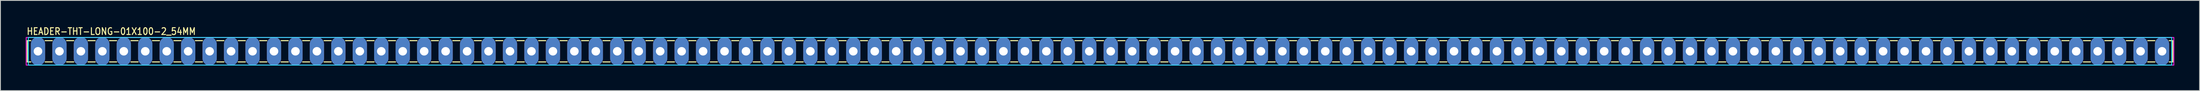
<source format=kicad_pcb>
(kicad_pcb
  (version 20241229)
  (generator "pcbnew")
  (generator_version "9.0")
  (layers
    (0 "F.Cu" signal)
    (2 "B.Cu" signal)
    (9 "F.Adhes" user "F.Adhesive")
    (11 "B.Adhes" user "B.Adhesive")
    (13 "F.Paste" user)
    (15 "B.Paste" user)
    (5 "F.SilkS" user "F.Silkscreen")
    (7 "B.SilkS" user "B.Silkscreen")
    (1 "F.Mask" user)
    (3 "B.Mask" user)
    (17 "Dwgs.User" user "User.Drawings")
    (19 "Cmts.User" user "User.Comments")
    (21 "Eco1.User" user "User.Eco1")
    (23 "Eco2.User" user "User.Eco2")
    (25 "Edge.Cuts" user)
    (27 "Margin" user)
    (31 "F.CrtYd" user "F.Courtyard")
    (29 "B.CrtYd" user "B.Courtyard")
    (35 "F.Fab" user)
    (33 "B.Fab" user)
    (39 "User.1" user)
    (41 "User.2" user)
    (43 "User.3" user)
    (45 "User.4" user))
  (footprint "HEADER-THT-LONG-01X100-2_54MM"
    (layer "F.Cu")
    (at 1.447 3.079)
    (property "Reference" "HEADER-THT-LONG-01X100-2_54MM" (at -1.4 -1.9 0) (unlocked yes) (layer "F.SilkS") (effects (font (size 0.813 0.695) (thickness 0.122)) (justify left bottom)))
    (fp_line (start -1.27 -1.27) (end -1.27 1.27) (stroke (width 0.127) (type solid)) (layer "F.SilkS"))
    (fp_line (start -1.27 1.27) (end -0.85 1.27) (stroke (width 0.127) (type solid)) (layer "F.SilkS"))
    (fp_line (start -0.85 -1.27) (end -1.27 -1.27) (stroke (width 0.127) (type solid)) (layer "F.SilkS"))
    (fp_line (start 0.85 -1.27) (end 1.69 -1.27) (stroke (width 0.127) (type solid)) (layer "F.SilkS"))
    (fp_line (start 0.85 1.27) (end 1.69 1.27) (stroke (width 0.127) (type solid)) (layer "F.SilkS"))
    (fp_line (start 3.39 -1.27) (end 4.23 -1.27) (stroke (width 0.127) (type solid)) (layer "F.SilkS"))
    (fp_line (start 3.39 1.27) (end 4.23 1.27) (stroke (width 0.127) (type solid)) (layer "F.SilkS"))
    (fp_line (start 5.93 -1.27) (end 6.77 -1.27) (stroke (width 0.127) (type solid)) (layer "F.SilkS"))
    (fp_line (start 5.93 1.27) (end 6.77 1.27) (stroke (width 0.127) (type solid)) (layer "F.SilkS"))
    (fp_line (start 8.47 -1.27) (end 9.31 -1.27) (stroke (width 0.127) (type solid)) (layer "F.SilkS"))
    (fp_line (start 8.47 1.27) (end 9.31 1.27) (stroke (width 0.127) (type solid)) (layer "F.SilkS"))
    (fp_line (start 11.01 -1.27) (end 11.85 -1.27) (stroke (width 0.127) (type solid)) (layer "F.SilkS"))
    (fp_line (start 11.01 1.27) (end 11.85 1.27) (stroke (width 0.127) (type solid)) (layer "F.SilkS"))
    (fp_line (start 13.55 -1.27) (end 14.39 -1.27) (stroke (width 0.127) (type solid)) (layer "F.SilkS"))
    (fp_line (start 13.55 1.27) (end 14.39 1.27) (stroke (width 0.127) (type solid)) (layer "F.SilkS"))
    (fp_line (start 16.09 -1.27) (end 16.93 -1.27) (stroke (width 0.127) (type solid)) (layer "F.SilkS"))
    (fp_line (start 16.09 1.27) (end 16.93 1.27) (stroke (width 0.127) (type solid)) (layer "F.SilkS"))
    (fp_line (start 18.63 -1.27) (end 19.47 -1.27) (stroke (width 0.127) (type solid)) (layer "F.SilkS"))
    (fp_line (start 18.63 1.27) (end 19.47 1.27) (stroke (width 0.127) (type solid)) (layer "F.SilkS"))
    (fp_line (start 21.17 -1.27) (end 22.01 -1.27) (stroke (width 0.127) (type solid)) (layer "F.SilkS"))
    (fp_line (start 21.17 1.27) (end 22.01 1.27) (stroke (width 0.127) (type solid)) (layer "F.SilkS"))
    (fp_line (start 23.71 -1.27) (end 24.55 -1.27) (stroke (width 0.127) (type solid)) (layer "F.SilkS"))
    (fp_line (start 23.71 1.27) (end 24.55 1.27) (stroke (width 0.127) (type solid)) (layer "F.SilkS"))
    (fp_line (start 26.25 -1.27) (end 27.09 -1.27) (stroke (width 0.127) (type solid)) (layer "F.SilkS"))
    (fp_line (start 26.25 1.27) (end 27.09 1.27) (stroke (width 0.127) (type solid)) (layer "F.SilkS"))
    (fp_line (start 28.79 -1.27) (end 29.63 -1.27) (stroke (width 0.127) (type solid)) (layer "F.SilkS"))
    (fp_line (start 28.79 1.27) (end 29.63 1.27) (stroke (width 0.127) (type solid)) (layer "F.SilkS"))
    (fp_line (start 31.33 -1.27) (end 32.17 -1.27) (stroke (width 0.127) (type solid)) (layer "F.SilkS"))
    (fp_line (start 31.33 1.27) (end 32.17 1.27) (stroke (width 0.127) (type solid)) (layer "F.SilkS"))
    (fp_line (start 33.87 -1.27) (end 34.71 -1.27) (stroke (width 0.127) (type solid)) (layer "F.SilkS"))
    (fp_line (start 33.87 1.27) (end 34.71 1.27) (stroke (width 0.127) (type solid)) (layer "F.SilkS"))
    (fp_line (start 36.41 -1.27) (end 37.25 -1.27) (stroke (width 0.127) (type solid)) (layer "F.SilkS"))
    (fp_line (start 36.41 1.27) (end 37.25 1.27) (stroke (width 0.127) (type solid)) (layer "F.SilkS"))
    (fp_line (start 38.95 -1.27) (end 39.79 -1.27) (stroke (width 0.127) (type solid)) (layer "F.SilkS"))
    (fp_line (start 38.95 1.27) (end 39.79 1.27) (stroke (width 0.127) (type solid)) (layer "F.SilkS"))
    (fp_line (start 41.49 -1.27) (end 42.33 -1.27) (stroke (width 0.127) (type solid)) (layer "F.SilkS"))
    (fp_line (start 41.49 1.27) (end 42.33 1.27) (stroke (width 0.127) (type solid)) (layer "F.SilkS"))
    (fp_line (start 44.03 -1.27) (end 44.87 -1.27) (stroke (width 0.127) (type solid)) (layer "F.SilkS"))
    (fp_line (start 44.03 1.27) (end 44.87 1.27) (stroke (width 0.127) (type solid)) (layer "F.SilkS"))
    (fp_line (start 46.57 -1.27) (end 47.41 -1.27) (stroke (width 0.127) (type solid)) (layer "F.SilkS"))
    (fp_line (start 46.57 1.27) (end 47.41 1.27) (stroke (width 0.127) (type solid)) (layer "F.SilkS"))
    (fp_line (start 49.11 -1.27) (end 49.95 -1.27) (stroke (width 0.127) (type solid)) (layer "F.SilkS"))
    (fp_line (start 49.11 1.27) (end 49.95 1.27) (stroke (width 0.127) (type solid)) (layer "F.SilkS"))
    (fp_line (start 51.65 -1.27) (end 52.49 -1.27) (stroke (width 0.127) (type solid)) (layer "F.SilkS"))
    (fp_line (start 51.65 1.27) (end 52.49 1.27) (stroke (width 0.127) (type solid)) (layer "F.SilkS"))
    (fp_line (start 54.19 -1.27) (end 55.03 -1.27) (stroke (width 0.127) (type solid)) (layer "F.SilkS"))
    (fp_line (start 54.19 1.27) (end 55.03 1.27) (stroke (width 0.127) (type solid)) (layer "F.SilkS"))
    (fp_line (start 56.73 -1.27) (end 57.57 -1.27) (stroke (width 0.127) (type solid)) (layer "F.SilkS"))
    (fp_line (start 56.73 1.27) (end 57.57 1.27) (stroke (width 0.127) (type solid)) (layer "F.SilkS"))
    (fp_line (start 59.27 -1.27) (end 60.11 -1.27) (stroke (width 0.127) (type solid)) (layer "F.SilkS"))
    (fp_line (start 59.27 1.27) (end 60.11 1.27) (stroke (width 0.127) (type solid)) (layer "F.SilkS"))
    (fp_line (start 61.81 -1.27) (end 62.65 -1.27) (stroke (width 0.127) (type solid)) (layer "F.SilkS"))
    (fp_line (start 61.81 1.27) (end 62.65 1.27) (stroke (width 0.127) (type solid)) (layer "F.SilkS"))
    (fp_line (start 64.35 -1.27) (end 65.19 -1.27) (stroke (width 0.127) (type solid)) (layer "F.SilkS"))
    (fp_line (start 64.35 1.27) (end 65.19 1.27) (stroke (width 0.127) (type solid)) (layer "F.SilkS"))
    (fp_line (start 66.89 -1.27) (end 67.73 -1.27) (stroke (width 0.127) (type solid)) (layer "F.SilkS"))
    (fp_line (start 66.89 1.27) (end 67.73 1.27) (stroke (width 0.127) (type solid)) (layer "F.SilkS"))
    (fp_line (start 69.43 -1.27) (end 70.27 -1.27) (stroke (width 0.127) (type solid)) (layer "F.SilkS"))
    (fp_line (start 69.43 1.27) (end 70.27 1.27) (stroke (width 0.127) (type solid)) (layer "F.SilkS"))
    (fp_line (start 71.97 -1.27) (end 72.81 -1.27) (stroke (width 0.127) (type solid)) (layer "F.SilkS"))
    (fp_line (start 71.97 1.27) (end 72.81 1.27) (stroke (width 0.127) (type solid)) (layer "F.SilkS"))
    (fp_line (start 74.51 -1.27) (end 75.35 -1.27) (stroke (width 0.127) (type solid)) (layer "F.SilkS"))
    (fp_line (start 74.51 1.27) (end 75.35 1.27) (stroke (width 0.127) (type solid)) (layer "F.SilkS"))
    (fp_line (start 77.05 -1.27) (end 77.89 -1.27) (stroke (width 0.127) (type solid)) (layer "F.SilkS"))
    (fp_line (start 77.05 1.27) (end 77.89 1.27) (stroke (width 0.127) (type solid)) (layer "F.SilkS"))
    (fp_line (start 79.59 -1.27) (end 80.43 -1.27) (stroke (width 0.127) (type solid)) (layer "F.SilkS"))
    (fp_line (start 79.59 1.27) (end 80.43 1.27) (stroke (width 0.127) (type solid)) (layer "F.SilkS"))
    (fp_line (start 82.13 -1.27) (end 82.97 -1.27) (stroke (width 0.127) (type solid)) (layer "F.SilkS"))
    (fp_line (start 82.13 1.27) (end 82.97 1.27) (stroke (width 0.127) (type solid)) (layer "F.SilkS"))
    (fp_line (start 84.67 -1.27) (end 85.51 -1.27) (stroke (width 0.127) (type solid)) (layer "F.SilkS"))
    (fp_line (start 84.67 1.27) (end 85.51 1.27) (stroke (width 0.127) (type solid)) (layer "F.SilkS"))
    (fp_line (start 87.21 -1.27) (end 88.05 -1.27) (stroke (width 0.127) (type solid)) (layer "F.SilkS"))
    (fp_line (start 87.21 1.27) (end 88.05 1.27) (stroke (width 0.127) (type solid)) (layer "F.SilkS"))
    (fp_line (start 89.75 -1.27) (end 90.59 -1.27) (stroke (width 0.127) (type solid)) (layer "F.SilkS"))
    (fp_line (start 89.75 1.27) (end 90.59 1.27) (stroke (width 0.127) (type solid)) (layer "F.SilkS"))
    (fp_line (start 92.29 -1.27) (end 93.13 -1.27) (stroke (width 0.127) (type solid)) (layer "F.SilkS"))
    (fp_line (start 92.29 1.27) (end 93.13 1.27) (stroke (width 0.127) (type solid)) (layer "F.SilkS"))
    (fp_line (start 94.83 -1.27) (end 95.67 -1.27) (stroke (width 0.127) (type solid)) (layer "F.SilkS"))
    (fp_line (start 94.83 1.27) (end 95.67 1.27) (stroke (width 0.127) (type solid)) (layer "F.SilkS"))
    (fp_line (start 97.37 -1.27) (end 98.21 -1.27) (stroke (width 0.127) (type solid)) (layer "F.SilkS"))
    (fp_line (start 97.37 1.27) (end 98.21 1.27) (stroke (width 0.127) (type solid)) (layer "F.SilkS"))
    (fp_line (start 99.91 -1.27) (end 100.75 -1.27) (stroke (width 0.127) (type solid)) (layer "F.SilkS"))
    (fp_line (start 99.91 1.27) (end 100.75 1.27) (stroke (width 0.127) (type solid)) (layer "F.SilkS"))
    (fp_line (start 102.45 -1.27) (end 103.29 -1.27) (stroke (width 0.127) (type solid)) (layer "F.SilkS"))
    (fp_line (start 102.45 1.27) (end 103.29 1.27) (stroke (width 0.127) (type solid)) (layer "F.SilkS"))
    (fp_line (start 104.99 -1.27) (end 105.83 -1.27) (stroke (width 0.127) (type solid)) (layer "F.SilkS"))
    (fp_line (start 104.99 1.27) (end 105.83 1.27) (stroke (width 0.127) (type solid)) (layer "F.SilkS"))
    (fp_line (start 107.53 -1.27) (end 108.37 -1.27) (stroke (width 0.127) (type solid)) (layer "F.SilkS"))
    (fp_line (start 107.53 1.27) (end 108.37 1.27) (stroke (width 0.127) (type solid)) (layer "F.SilkS"))
    (fp_line (start 110.07 -1.27) (end 110.91 -1.27) (stroke (width 0.127) (type solid)) (layer "F.SilkS"))
    (fp_line (start 110.07 1.27) (end 110.91 1.27) (stroke (width 0.127) (type solid)) (layer "F.SilkS"))
    (fp_line (start 112.61 -1.27) (end 113.45 -1.27) (stroke (width 0.127) (type solid)) (layer "F.SilkS"))
    (fp_line (start 112.61 1.27) (end 113.45 1.27) (stroke (width 0.127) (type solid)) (layer "F.SilkS"))
    (fp_line (start 115.15 -1.27) (end 115.99 -1.27) (stroke (width 0.127) (type solid)) (layer "F.SilkS"))
    (fp_line (start 115.15 1.27) (end 115.99 1.27) (stroke (width 0.127) (type solid)) (layer "F.SilkS"))
    (fp_line (start 117.69 -1.27) (end 118.53 -1.27) (stroke (width 0.127) (type solid)) (layer "F.SilkS"))
    (fp_line (start 117.69 1.27) (end 118.53 1.27) (stroke (width 0.127) (type solid)) (layer "F.SilkS"))
    (fp_line (start 120.23 -1.27) (end 121.07 -1.27) (stroke (width 0.127) (type solid)) (layer "F.SilkS"))
    (fp_line (start 120.23 1.27) (end 121.07 1.27) (stroke (width 0.127) (type solid)) (layer "F.SilkS"))
    (fp_line (start 122.77 -1.27) (end 123.61 -1.27) (stroke (width 0.127) (type solid)) (layer "F.SilkS"))
    (fp_line (start 122.77 1.27) (end 123.61 1.27) (stroke (width 0.127) (type solid)) (layer "F.SilkS"))
    (fp_line (start 125.31 -1.27) (end 126.15 -1.27) (stroke (width 0.127) (type solid)) (layer "F.SilkS"))
    (fp_line (start 125.31 1.27) (end 126.15 1.27) (stroke (width 0.127) (type solid)) (layer "F.SilkS"))
    (fp_line (start 127.85 -1.27) (end 128.69 -1.27) (stroke (width 0.127) (type solid)) (layer "F.SilkS"))
    (fp_line (start 127.85 1.27) (end 128.69 1.27) (stroke (width 0.127) (type solid)) (layer "F.SilkS"))
    (fp_line (start 130.39 -1.27) (end 131.23 -1.27) (stroke (width 0.127) (type solid)) (layer "F.SilkS"))
    (fp_line (start 130.39 1.27) (end 131.23 1.27) (stroke (width 0.127) (type solid)) (layer "F.SilkS"))
    (fp_line (start 132.93 -1.27) (end 133.77 -1.27) (stroke (width 0.127) (type solid)) (layer "F.SilkS"))
    (fp_line (start 132.93 1.27) (end 133.77 1.27) (stroke (width 0.127) (type solid)) (layer "F.SilkS"))
    (fp_line (start 135.47 -1.27) (end 136.31 -1.27) (stroke (width 0.127) (type solid)) (layer "F.SilkS"))
    (fp_line (start 135.47 1.27) (end 136.31 1.27) (stroke (width 0.127) (type solid)) (layer "F.SilkS"))
    (fp_line (start 138.01 -1.27) (end 138.85 -1.27) (stroke (width 0.127) (type solid)) (layer "F.SilkS"))
    (fp_line (start 138.01 1.27) (end 138.85 1.27) (stroke (width 0.127) (type solid)) (layer "F.SilkS"))
    (fp_line (start 140.55 -1.27) (end 141.39 -1.27) (stroke (width 0.127) (type solid)) (layer "F.SilkS"))
    (fp_line (start 140.55 1.27) (end 141.39 1.27) (stroke (width 0.127) (type solid)) (layer "F.SilkS"))
    (fp_line (start 143.09 -1.27) (end 143.93 -1.27) (stroke (width 0.127) (type solid)) (layer "F.SilkS"))
    (fp_line (start 143.09 1.27) (end 143.93 1.27) (stroke (width 0.127) (type solid)) (layer "F.SilkS"))
    (fp_line (start 145.63 -1.27) (end 146.47 -1.27) (stroke (width 0.127) (type solid)) (layer "F.SilkS"))
    (fp_line (start 145.63 1.27) (end 146.47 1.27) (stroke (width 0.127) (type solid)) (layer "F.SilkS"))
    (fp_line (start 148.17 -1.27) (end 149.01 -1.27) (stroke (width 0.127) (type solid)) (layer "F.SilkS"))
    (fp_line (start 148.17 1.27) (end 149.01 1.27) (stroke (width 0.127) (type solid)) (layer "F.SilkS"))
    (fp_line (start 150.71 -1.27) (end 151.55 -1.27) (stroke (width 0.127) (type solid)) (layer "F.SilkS"))
    (fp_line (start 150.71 1.27) (end 151.55 1.27) (stroke (width 0.127) (type solid)) (layer "F.SilkS"))
    (fp_line (start 153.25 -1.27) (end 154.09 -1.27) (stroke (width 0.127) (type solid)) (layer "F.SilkS"))
    (fp_line (start 153.25 1.27) (end 154.09 1.27) (stroke (width 0.127) (type solid)) (layer "F.SilkS"))
    (fp_line (start 155.79 -1.27) (end 156.63 -1.27) (stroke (width 0.127) (type solid)) (layer "F.SilkS"))
    (fp_line (start 155.79 1.27) (end 156.63 1.27) (stroke (width 0.127) (type solid)) (layer "F.SilkS"))
    (fp_line (start 158.33 -1.27) (end 159.17 -1.27) (stroke (width 0.127) (type solid)) (layer "F.SilkS"))
    (fp_line (start 158.33 1.27) (end 159.17 1.27) (stroke (width 0.127) (type solid)) (layer "F.SilkS"))
    (fp_line (start 160.87 -1.27) (end 161.71 -1.27) (stroke (width 0.127) (type solid)) (layer "F.SilkS"))
    (fp_line (start 160.87 1.27) (end 161.71 1.27) (stroke (width 0.127) (type solid)) (layer "F.SilkS"))
    (fp_line (start 163.41 -1.27) (end 164.25 -1.27) (stroke (width 0.127) (type solid)) (layer "F.SilkS"))
    (fp_line (start 163.41 1.27) (end 164.25 1.27) (stroke (width 0.127) (type solid)) (layer "F.SilkS"))
    (fp_line (start 165.95 -1.27) (end 166.79 -1.27) (stroke (width 0.127) (type solid)) (layer "F.SilkS"))
    (fp_line (start 165.95 1.27) (end 166.79 1.27) (stroke (width 0.127) (type solid)) (layer "F.SilkS"))
    (fp_line (start 168.49 -1.27) (end 169.33 -1.27) (stroke (width 0.127) (type solid)) (layer "F.SilkS"))
    (fp_line (start 168.49 1.27) (end 169.33 1.27) (stroke (width 0.127) (type solid)) (layer "F.SilkS"))
    (fp_line (start 171.03 -1.27) (end 171.87 -1.27) (stroke (width 0.127) (type solid)) (layer "F.SilkS"))
    (fp_line (start 171.03 1.27) (end 171.87 1.27) (stroke (width 0.127) (type solid)) (layer "F.SilkS"))
    (fp_line (start 173.57 -1.27) (end 174.41 -1.27) (stroke (width 0.127) (type solid)) (layer "F.SilkS"))
    (fp_line (start 173.57 1.27) (end 174.41 1.27) (stroke (width 0.127) (type solid)) (layer "F.SilkS"))
    (fp_line (start 176.11 -1.27) (end 176.95 -1.27) (stroke (width 0.127) (type solid)) (layer "F.SilkS"))
    (fp_line (start 176.11 1.27) (end 176.95 1.27) (stroke (width 0.127) (type solid)) (layer "F.SilkS"))
    (fp_line (start 178.65 -1.27) (end 179.49 -1.27) (stroke (width 0.127) (type solid)) (layer "F.SilkS"))
    (fp_line (start 178.65 1.27) (end 179.49 1.27) (stroke (width 0.127) (type solid)) (layer "F.SilkS"))
    (fp_line (start 181.19 -1.27) (end 182.03 -1.27) (stroke (width 0.127) (type solid)) (layer "F.SilkS"))
    (fp_line (start 181.19 1.27) (end 182.03 1.27) (stroke (width 0.127) (type solid)) (layer "F.SilkS"))
    (fp_line (start 183.73 -1.27) (end 184.57 -1.27) (stroke (width 0.127) (type solid)) (layer "F.SilkS"))
    (fp_line (start 183.73 1.27) (end 184.57 1.27) (stroke (width 0.127) (type solid)) (layer "F.SilkS"))
    (fp_line (start 186.27 -1.27) (end 187.11 -1.27) (stroke (width 0.127) (type solid)) (layer "F.SilkS"))
    (fp_line (start 186.27 1.27) (end 187.11 1.27) (stroke (width 0.127) (type solid)) (layer "F.SilkS"))
    (fp_line (start 188.81 -1.27) (end 189.65 -1.27) (stroke (width 0.127) (type solid)) (layer "F.SilkS"))
    (fp_line (start 188.81 1.27) (end 189.65 1.27) (stroke (width 0.127) (type solid)) (layer "F.SilkS"))
    (fp_line (start 191.35 -1.27) (end 192.19 -1.27) (stroke (width 0.127) (type solid)) (layer "F.SilkS"))
    (fp_line (start 191.35 1.27) (end 192.19 1.27) (stroke (width 0.127) (type solid)) (layer "F.SilkS"))
    (fp_line (start 193.89 -1.27) (end 194.73 -1.27) (stroke (width 0.127) (type solid)) (layer "F.SilkS"))
    (fp_line (start 193.89 1.27) (end 194.73 1.27) (stroke (width 0.127) (type solid)) (layer "F.SilkS"))
    (fp_line (start 196.43 -1.27) (end 197.27 -1.27) (stroke (width 0.127) (type solid)) (layer "F.SilkS"))
    (fp_line (start 196.43 1.27) (end 197.27 1.27) (stroke (width 0.127) (type solid)) (layer "F.SilkS"))
    (fp_line (start 198.97 -1.27) (end 199.81 -1.27) (stroke (width 0.127) (type solid)) (layer "F.SilkS"))
    (fp_line (start 198.97 1.27) (end 199.81 1.27) (stroke (width 0.127) (type solid)) (layer "F.SilkS"))
    (fp_line (start 201.51 -1.27) (end 202.35 -1.27) (stroke (width 0.127) (type solid)) (layer "F.SilkS"))
    (fp_line (start 201.51 1.27) (end 202.35 1.27) (stroke (width 0.127) (type solid)) (layer "F.SilkS"))
    (fp_line (start 204.05 -1.27) (end 204.89 -1.27) (stroke (width 0.127) (type solid)) (layer "F.SilkS"))
    (fp_line (start 204.05 1.27) (end 204.89 1.27) (stroke (width 0.127) (type solid)) (layer "F.SilkS"))
    (fp_line (start 206.59 -1.27) (end 207.43 -1.27) (stroke (width 0.127) (type solid)) (layer "F.SilkS"))
    (fp_line (start 206.59 1.27) (end 207.43 1.27) (stroke (width 0.127) (type solid)) (layer "F.SilkS"))
    (fp_line (start 209.13 -1.27) (end 209.97 -1.27) (stroke (width 0.127) (type solid)) (layer "F.SilkS"))
    (fp_line (start 209.13 1.27) (end 209.97 1.27) (stroke (width 0.127) (type solid)) (layer "F.SilkS"))
    (fp_line (start 211.67 -1.27) (end 212.51 -1.27) (stroke (width 0.127) (type solid)) (layer "F.SilkS"))
    (fp_line (start 211.67 1.27) (end 212.51 1.27) (stroke (width 0.127) (type solid)) (layer "F.SilkS"))
    (fp_line (start 214.21 -1.27) (end 215.05 -1.27) (stroke (width 0.127) (type solid)) (layer "F.SilkS"))
    (fp_line (start 214.21 1.27) (end 215.05 1.27) (stroke (width 0.127) (type solid)) (layer "F.SilkS"))
    (fp_line (start 216.75 -1.27) (end 217.59 -1.27) (stroke (width 0.127) (type solid)) (layer "F.SilkS"))
    (fp_line (start 216.75 1.27) (end 217.59 1.27) (stroke (width 0.127) (type solid)) (layer "F.SilkS"))
    (fp_line (start 219.29 -1.27) (end 220.13 -1.27) (stroke (width 0.127) (type solid)) (layer "F.SilkS"))
    (fp_line (start 219.29 1.27) (end 220.13 1.27) (stroke (width 0.127) (type solid)) (layer "F.SilkS"))
    (fp_line (start 221.83 -1.27) (end 222.67 -1.27) (stroke (width 0.127) (type solid)) (layer "F.SilkS"))
    (fp_line (start 221.83 1.27) (end 222.67 1.27) (stroke (width 0.127) (type solid)) (layer "F.SilkS"))
    (fp_line (start 224.37 -1.27) (end 225.21 -1.27) (stroke (width 0.127) (type solid)) (layer "F.SilkS"))
    (fp_line (start 224.37 1.27) (end 225.21 1.27) (stroke (width 0.127) (type solid)) (layer "F.SilkS"))
    (fp_line (start 226.91 -1.27) (end 227.75 -1.27) (stroke (width 0.127) (type solid)) (layer "F.SilkS"))
    (fp_line (start 226.91 1.27) (end 227.75 1.27) (stroke (width 0.127) (type solid)) (layer "F.SilkS"))
    (fp_line (start 229.45 -1.27) (end 230.29 -1.27) (stroke (width 0.127) (type solid)) (layer "F.SilkS"))
    (fp_line (start 229.45 1.27) (end 230.29 1.27) (stroke (width 0.127) (type solid)) (layer "F.SilkS"))
    (fp_line (start 231.99 -1.27) (end 232.83 -1.27) (stroke (width 0.127) (type solid)) (layer "F.SilkS"))
    (fp_line (start 231.99 1.27) (end 232.83 1.27) (stroke (width 0.127) (type solid)) (layer "F.SilkS"))
    (fp_line (start 234.53 -1.27) (end 235.37 -1.27) (stroke (width 0.127) (type solid)) (layer "F.SilkS"))
    (fp_line (start 234.53 1.27) (end 235.37 1.27) (stroke (width 0.127) (type solid)) (layer "F.SilkS"))
    (fp_line (start 237.07 -1.27) (end 237.91 -1.27) (stroke (width 0.127) (type solid)) (layer "F.SilkS"))
    (fp_line (start 237.07 1.27) (end 237.91 1.27) (stroke (width 0.127) (type solid)) (layer "F.SilkS"))
    (fp_line (start 239.61 -1.27) (end 240.45 -1.27) (stroke (width 0.127) (type solid)) (layer "F.SilkS"))
    (fp_line (start 239.61 1.27) (end 240.45 1.27) (stroke (width 0.127) (type solid)) (layer "F.SilkS"))
    (fp_line (start 242.15 -1.27) (end 242.99 -1.27) (stroke (width 0.127) (type solid)) (layer "F.SilkS"))
    (fp_line (start 242.15 1.27) (end 242.99 1.27) (stroke (width 0.127) (type solid)) (layer "F.SilkS"))
    (fp_line (start 244.69 -1.27) (end 245.53 -1.27) (stroke (width 0.127) (type solid)) (layer "F.SilkS"))
    (fp_line (start 244.69 1.27) (end 245.53 1.27) (stroke (width 0.127) (type solid)) (layer "F.SilkS"))
    (fp_line (start 247.23 -1.27) (end 248.07 -1.27) (stroke (width 0.127) (type solid)) (layer "F.SilkS"))
    (fp_line (start 247.23 1.27) (end 248.07 1.27) (stroke (width 0.127) (type solid)) (layer "F.SilkS"))
    (fp_line (start 249.77 -1.27) (end 250.61 -1.27) (stroke (width 0.127) (type solid)) (layer "F.SilkS"))
    (fp_line (start 249.77 1.27) (end 250.61 1.27) (stroke (width 0.127) (type solid)) (layer "F.SilkS"))
    (fp_line (start 252.31 -1.27) (end 252.73 -1.27) (stroke (width 0.127) (type solid)) (layer "F.SilkS"))
    (fp_line (start 252.73 -1.27) (end 252.73 1.27) (stroke (width 0.127) (type solid)) (layer "F.SilkS"))
    (fp_line (start 252.73 1.27) (end 252.31 1.27) (stroke (width 0.127) (type solid)) (layer "F.SilkS"))
    (fp_poly (pts (xy -1.143 -1.651) (xy 252.603 -1.651) (xy 252.603 1.651) (xy -1.143 1.651)) (stroke (width 0.1) (type solid)) (fill no) (layer "B.CrtYd"))
    (fp_poly (pts (xy -1.397 -1.651) (xy 252.857 -1.651) (xy 252.857 1.651) (xy -1.397 1.651)) (stroke (width 0.1) (type solid)) (fill no) (layer "F.CrtYd"))
    (pad "1" thru_hole oval (at 0 0 90) (size 3.387 1.693) (drill 1.016) (layers "*.Cu" "*.Mask"))
    (pad "2" thru_hole oval (at 2.54 0 90) (size 3.387 1.693) (drill 1.016) (layers "*.Cu" "*.Mask"))
    (pad "3" thru_hole oval (at 5.08 0 90) (size 3.387 1.693) (drill 1.016) (layers "*.Cu" "*.Mask"))
    (pad "4" thru_hole oval (at 7.62 0 90) (size 3.387 1.693) (drill 1.016) (layers "*.Cu" "*.Mask"))
    (pad "5" thru_hole oval (at 10.16 0 90) (size 3.387 1.693) (drill 1.016) (layers "*.Cu" "*.Mask"))
    (pad "6" thru_hole oval (at 12.7 0 90) (size 3.387 1.693) (drill 1.016) (layers "*.Cu" "*.Mask"))
    (pad "7" thru_hole oval (at 15.24 0 90) (size 3.387 1.693) (drill 1.016) (layers "*.Cu" "*.Mask"))
    (pad "8" thru_hole oval (at 17.78 0 90) (size 3.387 1.693) (drill 1.016) (layers "*.Cu" "*.Mask"))
    (pad "9" thru_hole oval (at 20.32 0 90) (size 3.387 1.693) (drill 1.016) (layers "*.Cu" "*.Mask"))
    (pad "10" thru_hole oval (at 22.86 0 90) (size 3.387 1.693) (drill 1.016) (layers "*.Cu" "*.Mask"))
    (pad "11" thru_hole oval (at 25.4 0 90) (size 3.387 1.693) (drill 1.016) (layers "*.Cu" "*.Mask"))
    (pad "12" thru_hole oval (at 27.94 0 90) (size 3.387 1.693) (drill 1.016) (layers "*.Cu" "*.Mask"))
    (pad "13" thru_hole oval (at 30.48 0 90) (size 3.387 1.693) (drill 1.016) (layers "*.Cu" "*.Mask"))
    (pad "14" thru_hole oval (at 33.02 0 90) (size 3.387 1.693) (drill 1.016) (layers "*.Cu" "*.Mask"))
    (pad "15" thru_hole oval (at 35.56 0 90) (size 3.387 1.693) (drill 1.016) (layers "*.Cu" "*.Mask"))
    (pad "16" thru_hole oval (at 38.1 0 90) (size 3.387 1.693) (drill 1.016) (layers "*.Cu" "*.Mask"))
    (pad "17" thru_hole oval (at 40.64 0 90) (size 3.387 1.693) (drill 1.016) (layers "*.Cu" "*.Mask"))
    (pad "18" thru_hole oval (at 43.18 0 90) (size 3.387 1.693) (drill 1.016) (layers "*.Cu" "*.Mask"))
    (pad "19" thru_hole oval (at 45.72 0 90) (size 3.387 1.693) (drill 1.016) (layers "*.Cu" "*.Mask"))
    (pad "20" thru_hole oval (at 48.26 0 90) (size 3.387 1.693) (drill 1.016) (layers "*.Cu" "*.Mask"))
    (pad "21" thru_hole oval (at 50.8 0 90) (size 3.387 1.693) (drill 1.016) (layers "*.Cu" "*.Mask"))
    (pad "22" thru_hole oval (at 53.34 0 90) (size 3.387 1.693) (drill 1.016) (layers "*.Cu" "*.Mask"))
    (pad "23" thru_hole oval (at 55.88 0 90) (size 3.387 1.693) (drill 1.016) (layers "*.Cu" "*.Mask"))
    (pad "24" thru_hole oval (at 58.42 0 90) (size 3.387 1.693) (drill 1.016) (layers "*.Cu" "*.Mask"))
    (pad "25" thru_hole oval (at 60.96 0 90) (size 3.387 1.693) (drill 1.016) (layers "*.Cu" "*.Mask"))
    (pad "26" thru_hole oval (at 63.5 0 90) (size 3.387 1.693) (drill 1.016) (layers "*.Cu" "*.Mask"))
    (pad "27" thru_hole oval (at 66.04 0 90) (size 3.387 1.693) (drill 1.016) (layers "*.Cu" "*.Mask"))
    (pad "28" thru_hole oval (at 68.58 0 90) (size 3.387 1.693) (drill 1.016) (layers "*.Cu" "*.Mask"))
    (pad "29" thru_hole oval (at 71.12 0 90) (size 3.387 1.693) (drill 1.016) (layers "*.Cu" "*.Mask"))
    (pad "30" thru_hole oval (at 73.66 0 90) (size 3.387 1.693) (drill 1.016) (layers "*.Cu" "*.Mask"))
    (pad "31" thru_hole oval (at 76.2 0 90) (size 3.387 1.693) (drill 1.016) (layers "*.Cu" "*.Mask"))
    (pad "32" thru_hole oval (at 78.74 0 90) (size 3.387 1.693) (drill 1.016) (layers "*.Cu" "*.Mask"))
    (pad "33" thru_hole oval (at 81.28 0 90) (size 3.387 1.693) (drill 1.016) (layers "*.Cu" "*.Mask"))
    (pad "34" thru_hole oval (at 83.82 0 90) (size 3.387 1.693) (drill 1.016) (layers "*.Cu" "*.Mask"))
    (pad "35" thru_hole oval (at 86.36 0 90) (size 3.387 1.693) (drill 1.016) (layers "*.Cu" "*.Mask"))
    (pad "36" thru_hole oval (at 88.9 0 90) (size 3.387 1.693) (drill 1.016) (layers "*.Cu" "*.Mask"))
    (pad "37" thru_hole oval (at 91.44 0 90) (size 3.387 1.693) (drill 1.016) (layers "*.Cu" "*.Mask"))
    (pad "38" thru_hole oval (at 93.98 0 90) (size 3.387 1.693) (drill 1.016) (layers "*.Cu" "*.Mask"))
    (pad "39" thru_hole oval (at 96.52 0 90) (size 3.387 1.693) (drill 1.016) (layers "*.Cu" "*.Mask"))
    (pad "40" thru_hole oval (at 99.06 0 90) (size 3.387 1.693) (drill 1.016) (layers "*.Cu" "*.Mask"))
    (pad "41" thru_hole oval (at 101.6 0 90) (size 3.387 1.693) (drill 1.016) (layers "*.Cu" "*.Mask"))
    (pad "42" thru_hole oval (at 104.14 0 90) (size 3.387 1.693) (drill 1.016) (layers "*.Cu" "*.Mask"))
    (pad "43" thru_hole oval (at 106.68 0 90) (size 3.387 1.693) (drill 1.016) (layers "*.Cu" "*.Mask"))
    (pad "44" thru_hole oval (at 109.22 0 90) (size 3.387 1.693) (drill 1.016) (layers "*.Cu" "*.Mask"))
    (pad "45" thru_hole oval (at 111.76 0 90) (size 3.387 1.693) (drill 1.016) (layers "*.Cu" "*.Mask"))
    (pad "46" thru_hole oval (at 114.3 0 90) (size 3.387 1.693) (drill 1.016) (layers "*.Cu" "*.Mask"))
    (pad "47" thru_hole oval (at 116.84 0 90) (size 3.387 1.693) (drill 1.016) (layers "*.Cu" "*.Mask"))
    (pad "48" thru_hole oval (at 119.38 0 90) (size 3.387 1.693) (drill 1.016) (layers "*.Cu" "*.Mask"))
    (pad "49" thru_hole oval (at 121.92 0 90) (size 3.387 1.693) (drill 1.016) (layers "*.Cu" "*.Mask"))
    (pad "50" thru_hole oval (at 124.46 0 90) (size 3.387 1.693) (drill 1.016) (layers "*.Cu" "*.Mask"))
    (pad "51" thru_hole oval (at 127 0 90) (size 3.387 1.693) (drill 1.016) (layers "*.Cu" "*.Mask"))
    (pad "52" thru_hole oval (at 129.54 0 90) (size 3.387 1.693) (drill 1.016) (layers "*.Cu" "*.Mask"))
    (pad "53" thru_hole oval (at 132.08 0 90) (size 3.387 1.693) (drill 1.016) (layers "*.Cu" "*.Mask"))
    (pad "54" thru_hole oval (at 134.62 0 90) (size 3.387 1.693) (drill 1.016) (layers "*.Cu" "*.Mask"))
    (pad "55" thru_hole oval (at 137.16 0 90) (size 3.387 1.693) (drill 1.016) (layers "*.Cu" "*.Mask"))
    (pad "56" thru_hole oval (at 139.7 0 90) (size 3.387 1.693) (drill 1.016) (layers "*.Cu" "*.Mask"))
    (pad "57" thru_hole oval (at 142.24 0 90) (size 3.387 1.693) (drill 1.016) (layers "*.Cu" "*.Mask"))
    (pad "58" thru_hole oval (at 144.78 0 90) (size 3.387 1.693) (drill 1.016) (layers "*.Cu" "*.Mask"))
    (pad "59" thru_hole oval (at 147.32 0 90) (size 3.387 1.693) (drill 1.016) (layers "*.Cu" "*.Mask"))
    (pad "60" thru_hole oval (at 149.86 0 90) (size 3.387 1.693) (drill 1.016) (layers "*.Cu" "*.Mask"))
    (pad "61" thru_hole oval (at 152.4 0 90) (size 3.387 1.693) (drill 1.016) (layers "*.Cu" "*.Mask"))
    (pad "62" thru_hole oval (at 154.94 0 90) (size 3.387 1.693) (drill 1.016) (layers "*.Cu" "*.Mask"))
    (pad "63" thru_hole oval (at 157.48 0 90) (size 3.387 1.693) (drill 1.016) (layers "*.Cu" "*.Mask"))
    (pad "64" thru_hole oval (at 160.02 0 90) (size 3.387 1.693) (drill 1.016) (layers "*.Cu" "*.Mask"))
    (pad "65" thru_hole oval (at 162.56 0 90) (size 3.387 1.693) (drill 1.016) (layers "*.Cu" "*.Mask"))
    (pad "66" thru_hole oval (at 165.1 0 90) (size 3.387 1.693) (drill 1.016) (layers "*.Cu" "*.Mask"))
    (pad "67" thru_hole oval (at 167.64 0 90) (size 3.387 1.693) (drill 1.016) (layers "*.Cu" "*.Mask"))
    (pad "68" thru_hole oval (at 170.18 0 90) (size 3.387 1.693) (drill 1.016) (layers "*.Cu" "*.Mask"))
    (pad "69" thru_hole oval (at 172.72 0 90) (size 3.387 1.693) (drill 1.016) (layers "*.Cu" "*.Mask"))
    (pad "70" thru_hole oval (at 175.26 0 90) (size 3.387 1.693) (drill 1.016) (layers "*.Cu" "*.Mask"))
    (pad "71" thru_hole oval (at 177.8 0 90) (size 3.387 1.693) (drill 1.016) (layers "*.Cu" "*.Mask"))
    (pad "72" thru_hole oval (at 180.34 0 90) (size 3.387 1.693) (drill 1.016) (layers "*.Cu" "*.Mask"))
    (pad "73" thru_hole oval (at 182.88 0 90) (size 3.387 1.693) (drill 1.016) (layers "*.Cu" "*.Mask"))
    (pad "74" thru_hole oval (at 185.42 0 90) (size 3.387 1.693) (drill 1.016) (layers "*.Cu" "*.Mask"))
    (pad "75" thru_hole oval (at 187.96 0 90) (size 3.387 1.693) (drill 1.016) (layers "*.Cu" "*.Mask"))
    (pad "76" thru_hole oval (at 190.5 0 90) (size 3.387 1.693) (drill 1.016) (layers "*.Cu" "*.Mask"))
    (pad "77" thru_hole oval (at 193.04 0 90) (size 3.387 1.693) (drill 1.016) (layers "*.Cu" "*.Mask"))
    (pad "78" thru_hole oval (at 195.58 0 90) (size 3.387 1.693) (drill 1.016) (layers "*.Cu" "*.Mask"))
    (pad "79" thru_hole oval (at 198.12 0 90) (size 3.387 1.693) (drill 1.016) (layers "*.Cu" "*.Mask"))
    (pad "80" thru_hole oval (at 200.66 0 90) (size 3.387 1.693) (drill 1.016) (layers "*.Cu" "*.Mask"))
    (pad "81" thru_hole oval (at 203.2 0 90) (size 3.387 1.693) (drill 1.016) (layers "*.Cu" "*.Mask"))
    (pad "82" thru_hole oval (at 205.74 0 90) (size 3.387 1.693) (drill 1.016) (layers "*.Cu" "*.Mask"))
    (pad "83" thru_hole oval (at 208.28 0 90) (size 3.387 1.693) (drill 1.016) (layers "*.Cu" "*.Mask"))
    (pad "84" thru_hole oval (at 210.82 0 90) (size 3.387 1.693) (drill 1.016) (layers "*.Cu" "*.Mask"))
    (pad "85" thru_hole oval (at 213.36 0 90) (size 3.387 1.693) (drill 1.016) (layers "*.Cu" "*.Mask"))
    (pad "86" thru_hole oval (at 215.9 0 90) (size 3.387 1.693) (drill 1.016) (layers "*.Cu" "*.Mask"))
    (pad "87" thru_hole oval (at 218.44 0 90) (size 3.387 1.693) (drill 1.016) (layers "*.Cu" "*.Mask"))
    (pad "88" thru_hole oval (at 220.98 0 90) (size 3.387 1.693) (drill 1.016) (layers "*.Cu" "*.Mask"))
    (pad "89" thru_hole oval (at 223.52 0 90) (size 3.387 1.693) (drill 1.016) (layers "*.Cu" "*.Mask"))
    (pad "90" thru_hole oval (at 226.06 0 90) (size 3.387 1.693) (drill 1.016) (layers "*.Cu" "*.Mask"))
    (pad "91" thru_hole oval (at 228.6 0 90) (size 3.387 1.693) (drill 1.016) (layers "*.Cu" "*.Mask"))
    (pad "92" thru_hole oval (at 231.14 0 90) (size 3.387 1.693) (drill 1.016) (layers "*.Cu" "*.Mask"))
    (pad "93" thru_hole oval (at 233.68 0 90) (size 3.387 1.693) (drill 1.016) (layers "*.Cu" "*.Mask"))
    (pad "94" thru_hole oval (at 236.22 0 90) (size 3.387 1.693) (drill 1.016) (layers "*.Cu" "*.Mask"))
    (pad "95" thru_hole oval (at 238.76 0 90) (size 3.387 1.693) (drill 1.016) (layers "*.Cu" "*.Mask"))
    (pad "96" thru_hole oval (at 241.3 0 90) (size 3.387 1.693) (drill 1.016) (layers "*.Cu" "*.Mask"))
    (pad "97" thru_hole oval (at 243.84 0 90) (size 3.387 1.693) (drill 1.016) (layers "*.Cu" "*.Mask"))
    (pad "98" thru_hole oval (at 246.38 0 90) (size 3.387 1.693) (drill 1.016) (layers "*.Cu" "*.Mask"))
    (pad "99" thru_hole oval (at 248.92 0 90) (size 3.387 1.693) (drill 1.016) (layers "*.Cu" "*.Mask"))
    (pad "100" thru_hole oval (at 251.46 0 90) (size 3.387 1.693) (drill 1.016) (layers "*.Cu" "*.Mask")))
  (gr_rect
    (start -3 -3)
    (end 257.354 7.78)
    (stroke (width 0.1) (type default))
    (fill no)
    (layer "Edge.Cuts")))
</source>
